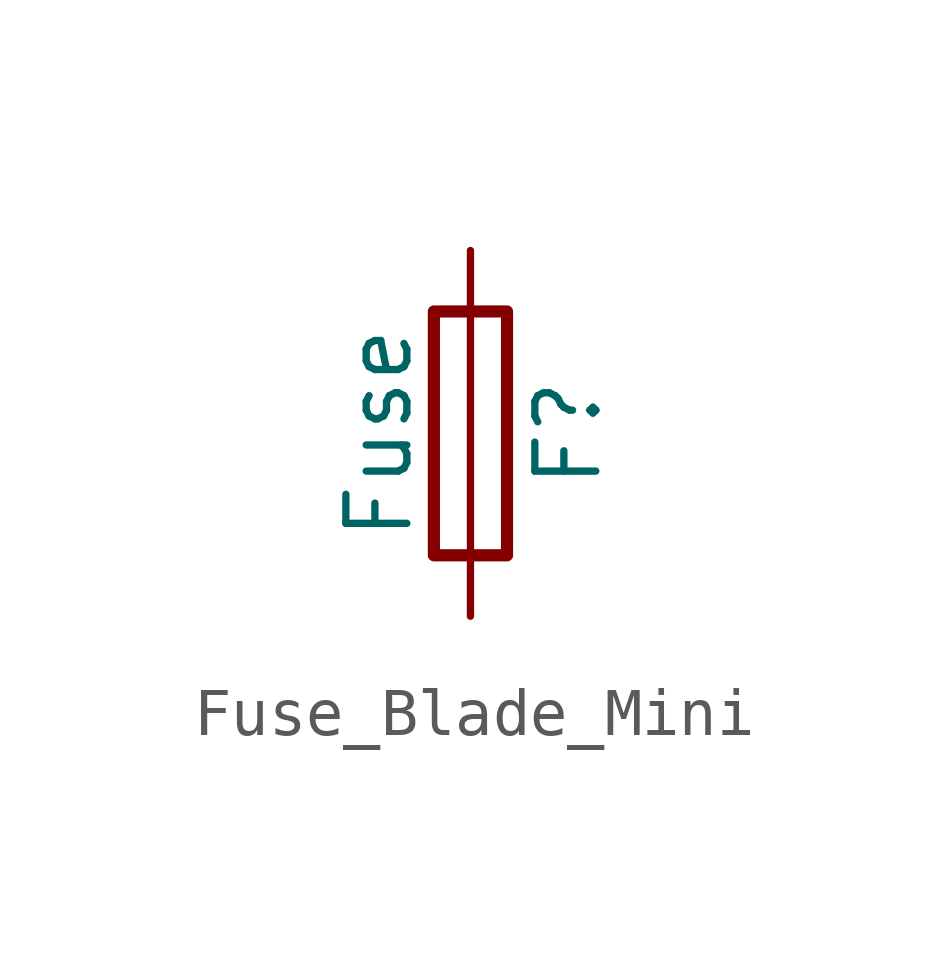
<source format=kicad_sym>
(kicad_symbol_lib
  (version 20241209)
  (generator "kicad_symbol_editor")
  (generator_version "9.0")
  (symbol "Fuse_Blade_Mini"
    (pin_numbers
      (hide yes))
    (pin_names
      (offset 0))
    (property "Reference" "F"
      (at 2.032 0 90)
      (effects (font (size 1.27 1.27))))
    (property "Value" "Fuse"
      (at -1.905 0 90)
      (effects (font (size 1.27 1.27))))
    (symbol "Fuse_Blade_Mini_0_1"
      (rectangle (start -0.762 -2.54) (end 0.762 2.54) (stroke (width 0.254) (type default)) (fill (type none)))
      (polyline (pts (xy 0 2.54) (xy 0 -2.54)) (stroke (width 0) (type default)) (fill (type none))))
    (symbol "Fuse_Blade_Mini_1_1"
      (pin passive line (at 0 3.81 270) (length 1.27) (name "~" (effects (font (size 1.27 1.27)))) (number "1" (effects (font (size 1.27 1.27)))))
      (pin passive line (at 0 -3.81 90) (length 1.27) (name "~" (effects (font (size 1.27 1.27)))) (number "2" (effects (font (size 1.27 1.27))))))))
</source>
